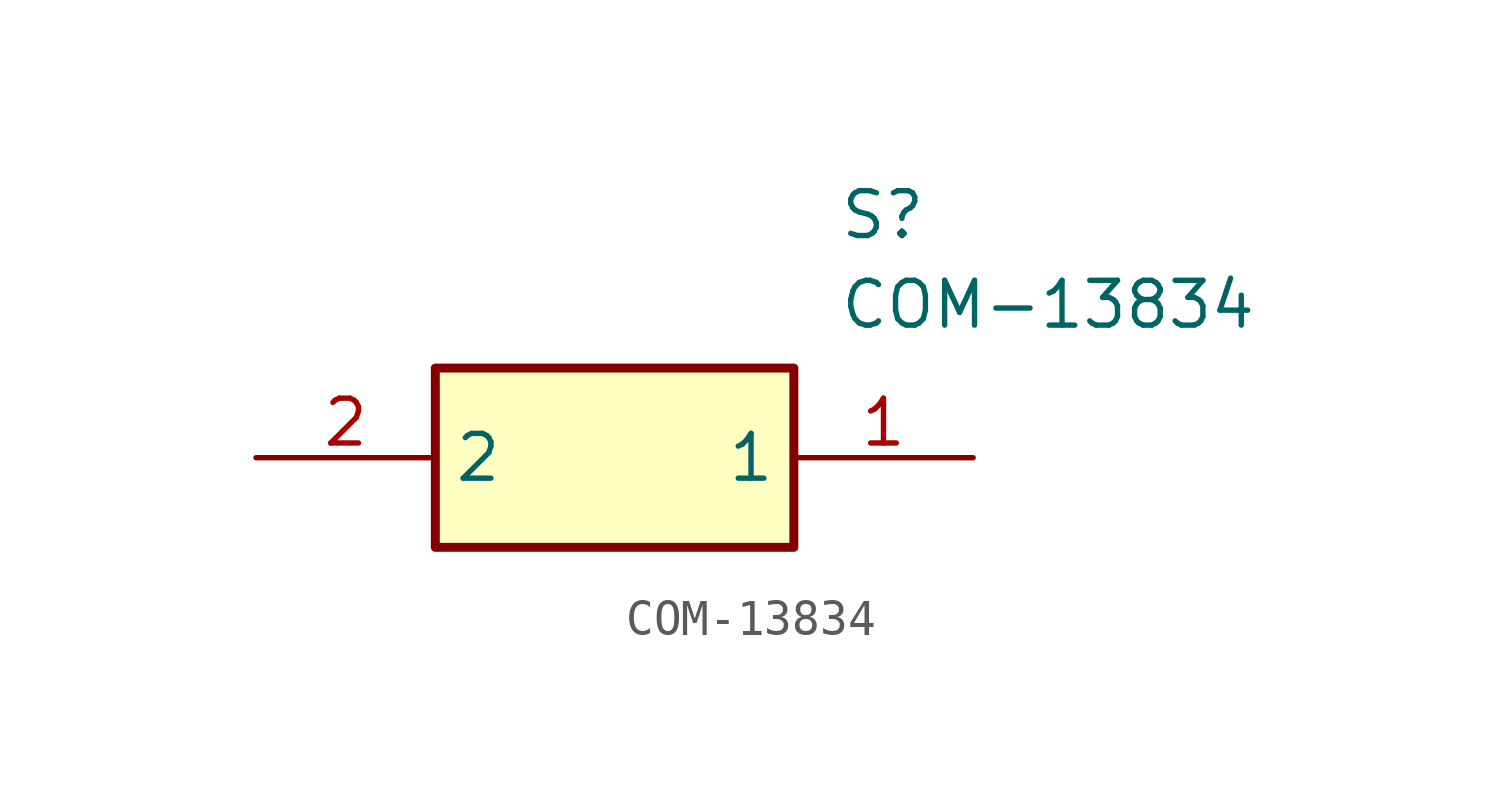
<source format=kicad_sym>
(kicad_symbol_lib
  (version 20211014)
  (generator SamacSys_ECAD_Model)
  (symbol "COM-13834"
    (property "Reference" "S"
      (at 16.51 7.62 0)
      (effects (font (size 1.27 1.27)) (justify left top)))
    (property "Value" "COM-13834"
      (at 16.51 5.08 0)
      (effects (font (size 1.27 1.27)) (justify left top)))
    (rectangle
      (start 5.08 2.54)
      (end 15.24 -2.54)
      (stroke (width 0.254) (type default))
      (fill (type background)))
    (pin passive line
      (at 20.32 0 180)
      (length 5.08)
      (name "1" (effects (font (size 1.27 1.27))))
      (number "1" (effects (font (size 1.27 1.27)))))
    (pin passive line
      (at 0 0 0)
      (length 5.08)
      (name "2" (effects (font (size 1.27 1.27))))
      (number "2" (effects (font (size 1.27 1.27)))))))
</source>
